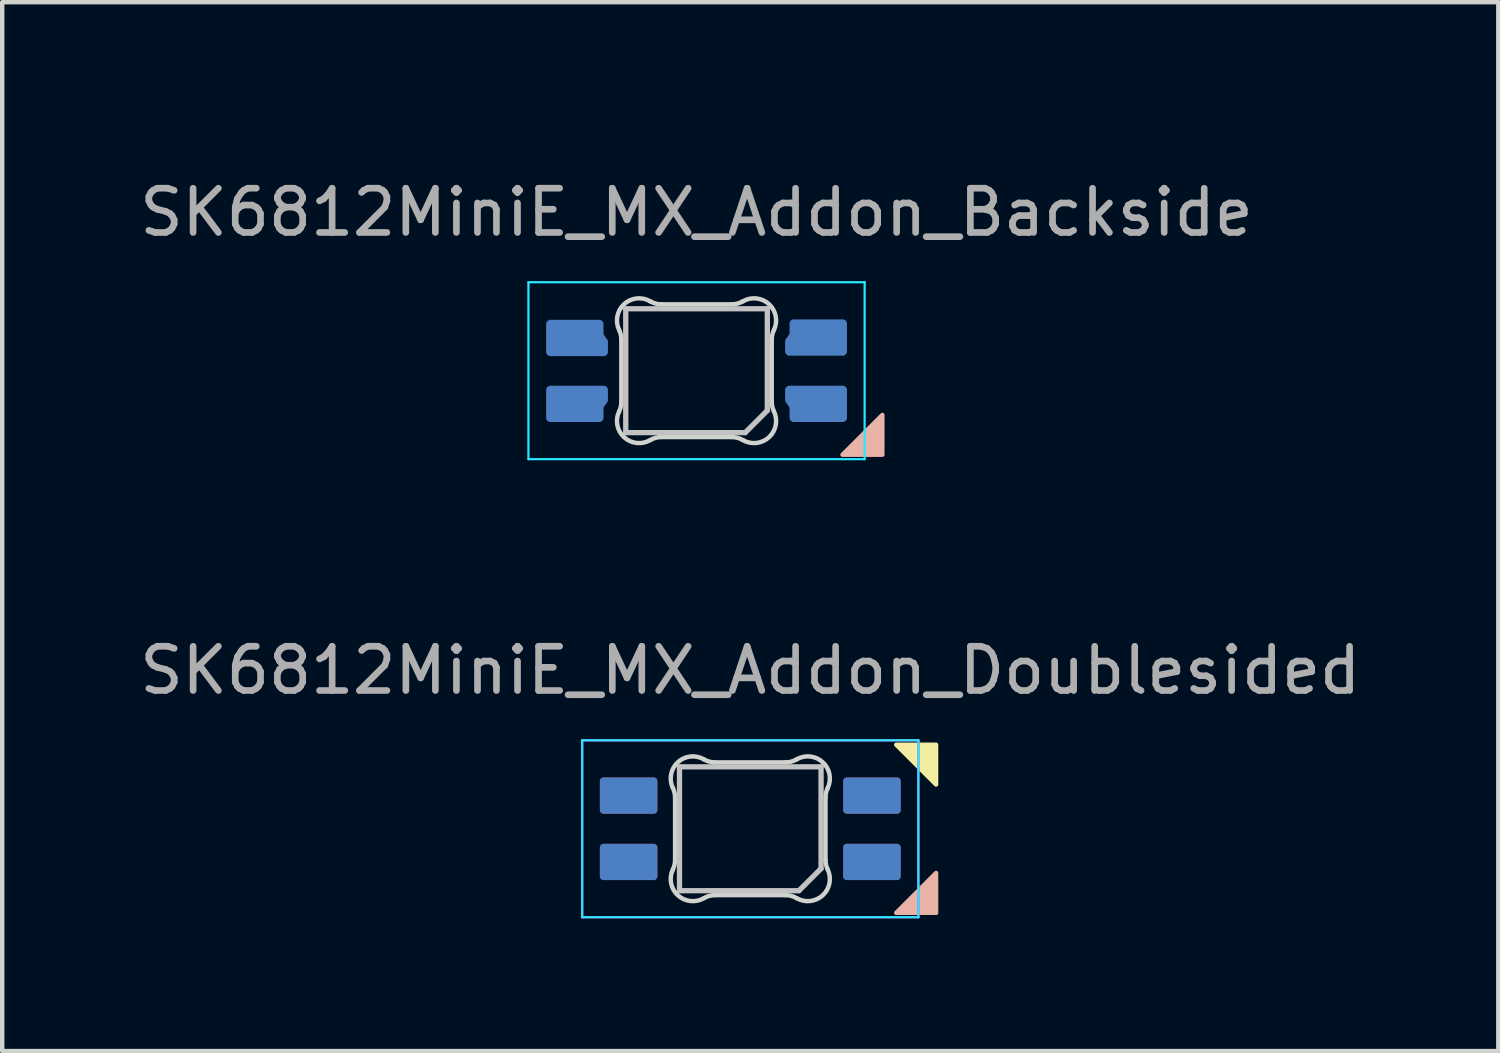
<source format=kicad_pcb>
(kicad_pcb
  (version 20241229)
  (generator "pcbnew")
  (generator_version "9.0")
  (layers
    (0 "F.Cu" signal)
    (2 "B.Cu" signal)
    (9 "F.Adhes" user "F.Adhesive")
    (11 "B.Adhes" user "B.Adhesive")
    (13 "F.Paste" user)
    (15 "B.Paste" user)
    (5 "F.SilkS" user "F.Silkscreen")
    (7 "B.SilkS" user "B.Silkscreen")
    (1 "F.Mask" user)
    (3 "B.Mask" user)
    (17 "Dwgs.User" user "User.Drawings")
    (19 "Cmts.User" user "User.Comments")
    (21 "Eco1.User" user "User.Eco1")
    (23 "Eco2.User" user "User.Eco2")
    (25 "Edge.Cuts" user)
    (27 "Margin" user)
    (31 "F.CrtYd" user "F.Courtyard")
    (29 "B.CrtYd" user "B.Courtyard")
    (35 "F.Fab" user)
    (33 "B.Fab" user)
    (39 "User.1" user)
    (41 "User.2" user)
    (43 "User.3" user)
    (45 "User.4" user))
  (footprint "SK6812MiniE_MX_Addon_Doublesided"
    (layer "F.Cu")
    (at 13.911 10.605)
    (property "Reference" "SK6812MiniE_MX_Addon_Doublesided" (at 0 1.5 0) (layer "F.Fab") (effects (font (size 1 1) (thickness 0.15))))
    (attr smd)
    (fp_poly (pts (xy 4.2 4.08) (xy 3.3 3.18) (xy 4.2 3.18)) (stroke (width 0.1) (type solid)) (fill yes) (layer "F.SilkS"))
    (fp_poly (pts (xy 4.2 6.08) (xy 3.3 6.98) (xy 4.2 6.98)) (stroke (width 0.1) (type solid)) (fill yes) (layer "B.SilkS"))
    (fp_line (start -1.6 3.68) (end -1.6 6.48) (stroke (width 0.12) (type solid)) (layer "Dwgs.User"))
    (fp_line (start -1.6 6.48) (end 1.1 6.48) (stroke (width 0.12) (type solid)) (layer "Dwgs.User"))
    (fp_line (start 1.6 3.68) (end -1.6 3.68) (stroke (width 0.12) (type solid)) (layer "Dwgs.User"))
    (fp_line (start 1.6 5.98) (end 1.1 6.48) (stroke (width 0.12) (type solid)) (layer "Dwgs.User"))
    (fp_line (start 1.6 5.98) (end 1.6 3.68) (stroke (width 0.12) (type solid)) (layer "Dwgs.User"))
    (fp_line (start -1.7 5.783) (end -1.7 4.377) (stroke (width 0.1) (type solid)) (layer "Edge.Cuts"))
    (fp_line (start -0.794 3.58) (end 0.794 3.58) (stroke (width 0.1) (type solid)) (layer "Edge.Cuts"))
    (fp_line (start 0.794 6.58) (end -0.794 6.58) (stroke (width 0.1) (type solid)) (layer "Edge.Cuts"))
    (fp_line (start 1.7 4.377) (end 1.7 5.783) (stroke (width 0.1) (type solid)) (layer "Edge.Cuts"))
    (fp_arc (start -1.749484 4.160279) (mid -1.712527 4.265931) (end -1.699999 4.377157) (stroke (width 0.1) (type solid)) (layer "Edge.Cuts"))
    (fp_arc (start -1.749484 4.160279) (mid -1.638071 3.575964) (end -1.046711 3.5117) (stroke (width 0.1) (type solid)) (layer "Edge.Cuts"))
    (fp_arc (start -1.699999 5.782842) (mid -1.712527 5.894067) (end -1.749484 5.999719) (stroke (width 0.1) (type solid)) (layer "Edge.Cuts"))
    (fp_arc (start -1.046711 6.648296) (mid -1.63807 6.584033) (end -1.749484 5.999719) (stroke (width 0.1) (type solid)) (layer "Edge.Cuts"))
    (fp_arc (start -1.04671 6.648298) (mid -0.925122 6.597376) (end -0.794452 6.579999) (stroke (width 0.1) (type solid)) (layer "Edge.Cuts"))
    (fp_arc (start -0.794453 3.579999) (mid -0.925123 3.562622) (end -1.046711 3.5117) (stroke (width 0.1) (type solid)) (layer "Edge.Cuts"))
    (fp_arc (start 0.794452 6.579999) (mid 0.925123 6.597376) (end 1.046711 6.648298) (stroke (width 0.1) (type solid)) (layer "Edge.Cuts"))
    (fp_arc (start 1.046711 3.511701) (mid 0.925123 3.562623) (end 0.794453 3.58) (stroke (width 0.1) (type solid)) (layer "Edge.Cuts"))
    (fp_arc (start 1.046711 3.511701) (mid 1.638071 3.575965) (end 1.749484 4.160279) (stroke (width 0.1) (type solid)) (layer "Edge.Cuts"))
    (fp_arc (start 1.699999 4.377156) (mid 1.712527 4.265931) (end 1.749484 4.160279) (stroke (width 0.1) (type solid)) (layer "Edge.Cuts"))
    (fp_arc (start 1.749484 5.999718) (mid 1.638072 6.584034) (end 1.046711 6.648298) (stroke (width 0.1) (type solid)) (layer "Edge.Cuts"))
    (fp_arc (start 1.749484 5.999719) (mid 1.712527 5.894067) (end 1.699999 5.782841) (stroke (width 0.1) (type solid)) (layer "Edge.Cuts"))
    (fp_line (start -3.8 3.08) (end -3.8 7.08) (stroke (width 0.05) (type solid)) (layer "B.CrtYd"))
    (fp_line (start -3.8 7.08) (end 3.8 7.08) (stroke (width 0.05) (type solid)) (layer "B.CrtYd"))
    (fp_line (start 3.8 3.08) (end -3.8 3.08) (stroke (width 0.05) (type solid)) (layer "B.CrtYd"))
    (fp_line (start 3.8 7.08) (end 3.8 3.08) (stroke (width 0.05) (type solid)) (layer "B.CrtYd"))
    (fp_line (start -3.8 3.08) (end 3.8 3.08) (stroke (width 0.05) (type solid)) (layer "F.CrtYd"))
    (fp_line (start -3.8 7.08) (end -3.8 3.08) (stroke (width 0.05) (type solid)) (layer "F.CrtYd"))
    (fp_line (start 3.8 3.08) (end 3.8 7.08) (stroke (width 0.05) (type solid)) (layer "F.CrtYd"))
    (fp_line (start 3.8 7.08) (end -3.8 7.08) (stroke (width 0.05) (type solid)) (layer "F.CrtYd"))
    (pad "1" smd roundrect (at -2.75 4.33) (size 1.3 0.82) (layers "B.Cu" "B.Mask" "B.Paste") (roundrect_rratio 0.1))
    (pad "1" smd roundrect (at -2.75 5.83 180) (size 1.3 0.82) (layers "F.Cu" "F.Mask" "F.Paste") (roundrect_rratio 0.1))
    (pad "2" smd roundrect (at -2.75 4.33 180) (size 1.3 0.82) (layers "F.Cu" "F.Mask" "F.Paste") (roundrect_rratio 0.1))
    (pad "2" smd roundrect (at -2.75 5.83) (size 1.3 0.82) (layers "B.Cu" "B.Mask" "B.Paste") (roundrect_rratio 0.1))
    (pad "3" smd roundrect (at 2.75 4.33 180) (size 1.3 0.82) (layers "F.Cu" "F.Mask" "F.Paste") (roundrect_rratio 0.1))
    (pad "3" smd roundrect (at 2.75 5.83) (size 1.3 0.82) (layers "B.Cu" "B.Mask" "B.Paste") (roundrect_rratio 0.1))
    (pad "4" smd roundrect (at 2.75 4.33) (size 1.3 0.82) (layers "B.Cu" "B.Mask" "B.Paste") (roundrect_rratio 0.1))
    (pad "4" smd roundrect (at 2.75 5.83 180) (size 1.3 0.82) (layers "F.Cu" "F.Mask" "F.Paste") (roundrect_rratio 0.1)))
  (footprint "SK6812MiniE_MX_Addon_Backside"
    (layer "F.Cu")
    (at 12.696 0.25)
    (property "Reference" "SK6812MiniE_MX_Addon_Backside" (at 0 1.5 0) (layer "F.Fab") (effects (font (size 1 1) (thickness 0.15))))
    (attr smd)
    (fp_poly (pts (xy 4.2 6.08) (xy 3.3 6.98) (xy 4.2 6.98)) (stroke (width 0.1) (type solid)) (fill yes) (layer "B.SilkS"))
    (fp_line (start -1.6 3.68) (end -1.6 6.48) (stroke (width 0.12) (type solid)) (layer "Dwgs.User"))
    (fp_line (start -1.6 6.48) (end 1.1 6.48) (stroke (width 0.12) (type solid)) (layer "Dwgs.User"))
    (fp_line (start 1.6 3.68) (end -1.6 3.68) (stroke (width 0.12) (type solid)) (layer "Dwgs.User"))
    (fp_line (start 1.6 5.98) (end 1.1 6.48) (stroke (width 0.12) (type solid)) (layer "Dwgs.User"))
    (fp_line (start 1.6 5.98) (end 1.6 3.68) (stroke (width 0.12) (type solid)) (layer "Dwgs.User"))
    (fp_line (start -1.7 5.783) (end -1.7 4.377) (stroke (width 0.1) (type solid)) (layer "Edge.Cuts"))
    (fp_line (start -0.794 3.58) (end 0.794 3.58) (stroke (width 0.1) (type solid)) (layer "Edge.Cuts"))
    (fp_line (start 0.794 6.58) (end -0.794 6.58) (stroke (width 0.1) (type solid)) (layer "Edge.Cuts"))
    (fp_line (start 1.7 4.377) (end 1.7 5.783) (stroke (width 0.1) (type solid)) (layer "Edge.Cuts"))
    (fp_arc (start -1.749484 4.160279) (mid -1.712527 4.265931) (end -1.699999 4.377157) (stroke (width 0.1) (type solid)) (layer "Edge.Cuts"))
    (fp_arc (start -1.749484 4.160279) (mid -1.638071 3.575964) (end -1.046711 3.5117) (stroke (width 0.1) (type solid)) (layer "Edge.Cuts"))
    (fp_arc (start -1.699999 5.782842) (mid -1.712527 5.894067) (end -1.749484 5.999719) (stroke (width 0.1) (type solid)) (layer "Edge.Cuts"))
    (fp_arc (start -1.046711 6.648296) (mid -1.63807 6.584033) (end -1.749484 5.999719) (stroke (width 0.1) (type solid)) (layer "Edge.Cuts"))
    (fp_arc (start -1.04671 6.648298) (mid -0.925122 6.597376) (end -0.794452 6.579999) (stroke (width 0.1) (type solid)) (layer "Edge.Cuts"))
    (fp_arc (start -0.794453 3.579999) (mid -0.925123 3.562622) (end -1.046711 3.5117) (stroke (width 0.1) (type solid)) (layer "Edge.Cuts"))
    (fp_arc (start 0.794452 6.579999) (mid 0.925123 6.597376) (end 1.046711 6.648298) (stroke (width 0.1) (type solid)) (layer "Edge.Cuts"))
    (fp_arc (start 1.046711 3.511701) (mid 0.925123 3.562623) (end 0.794453 3.58) (stroke (width 0.1) (type solid)) (layer "Edge.Cuts"))
    (fp_arc (start 1.046711 3.511701) (mid 1.638071 3.575965) (end 1.749484 4.160279) (stroke (width 0.1) (type solid)) (layer "Edge.Cuts"))
    (fp_arc (start 1.699999 4.377156) (mid 1.712527 4.265931) (end 1.749484 4.160279) (stroke (width 0.1) (type solid)) (layer "Edge.Cuts"))
    (fp_arc (start 1.749484 5.999718) (mid 1.638072 6.584034) (end 1.046711 6.648298) (stroke (width 0.1) (type solid)) (layer "Edge.Cuts"))
    (fp_arc (start 1.749484 5.999719) (mid 1.712527 5.894067) (end 1.699999 5.782841) (stroke (width 0.1) (type solid)) (layer "Edge.Cuts"))
    (fp_line (start -3.8 3.08) (end -3.8 7.08) (stroke (width 0.05) (type solid)) (layer "B.CrtYd"))
    (fp_line (start -3.8 7.08) (end 3.8 7.08) (stroke (width 0.05) (type solid)) (layer "B.CrtYd"))
    (fp_line (start 3.8 3.08) (end -3.8 3.08) (stroke (width 0.05) (type solid)) (layer "B.CrtYd"))
    (fp_line (start 3.8 7.08) (end 3.8 3.08) (stroke (width 0.05) (type solid)) (layer "B.CrtYd"))
    (pad "1" smd custom (at -2.67 4.39 270) (size 0.1 0.1) (layers "B.Cu" "B.Mask" "B.Paste") (options (anchor rect)) (primitives (gr_poly (pts (xy -0.433 -0.54) (xy -0.387 -0.567) (xy -0.36 -0.567) (xy -0.14 -0.567) (xy 0.3 -0.587) (xy 0.28 0.653) (xy -0.46 0.643) (xy -0.46 -0.467) (xy -0.46 -0.494)) (width 0) (fill yes)) (gr_poly (pts (xy 0.26 -0.59) (xy 0.36 -0.59) (xy 0.36 0.657) (xy 0.333 0.703) (xy 0.287 0.73) (xy 0.26 0.73)) (width 0) (fill yes)) (gr_poly (pts (xy 0.287 -0.667) (xy 0.333 -0.64) (xy 0.36 -0.594) (xy 0.36 -0.567) (xy 0.26 -0.567) (xy 0.26 -0.667)) (width 0) (fill yes)) (gr_poly (pts (xy -0.009 -0.655) (xy 0.01 -0.663) (xy 0.031 -0.667) (xy 0.041 -0.667) (xy 0.279 -0.667) (xy 0.279 -0.567) (xy -0.121 -0.507) (xy -0.105 -0.586) (xy -0.017 -0.649)) (width 0) (fill yes)) (gr_poly (pts (xy -0.111 -0.487) (xy -0.105 -0.586) (xy -0.113 -0.58) (xy -0.132 -0.571) (xy -0.153 -0.567) (xy -0.163 -0.567)) (width 0) (fill yes)) (gr_poly (pts (xy -0.46 0.63) (xy 0.27 0.63) (xy 0.27 0.73) (xy -0.387 0.73) (xy -0.433 0.703) (xy -0.46 0.657)) (width 0) (fill yes))))
    (pad "2" smd custom (at -2.67 5.78 90) (size 0.1 0.1) (layers "B.Cu" "B.Mask" "B.Paste") (options (anchor rect)) (primitives (gr_poly (pts (xy -0.433 0.54) (xy -0.387 0.567) (xy -0.36 0.567) (xy -0.14 0.567) (xy 0.3 0.587) (xy 0.28 -0.653) (xy -0.46 -0.643) (xy -0.46 0.467) (xy -0.46 0.494)) (width 0) (fill yes)) (gr_poly (pts (xy 0.26 0.59) (xy 0.36 0.59) (xy 0.36 -0.657) (xy 0.333 -0.703) (xy 0.287 -0.73) (xy 0.26 -0.73)) (width 0) (fill yes)) (gr_poly (pts (xy 0.287 0.667) (xy 0.333 0.64) (xy 0.36 0.594) (xy 0.36 0.567) (xy 0.26 0.567) (xy 0.26 0.667)) (width 0) (fill yes)) (gr_poly (pts (xy -0.009 0.655) (xy 0.01 0.663) (xy 0.031 0.667) (xy 0.041 0.667) (xy 0.279 0.667) (xy 0.279 0.567) (xy -0.121 0.507) (xy -0.105 0.586) (xy -0.017 0.649)) (width 0) (fill yes)) (gr_poly (pts (xy -0.111 0.487) (xy -0.105 0.586) (xy -0.113 0.58) (xy -0.132 0.571) (xy -0.153 0.567) (xy -0.163 0.567)) (width 0) (fill yes)) (gr_poly (pts (xy -0.46 -0.63) (xy 0.27 -0.63) (xy 0.27 -0.73) (xy -0.387 -0.73) (xy -0.433 -0.703) (xy -0.46 -0.657)) (width 0) (fill yes))))
    (pad "3" smd custom (at 2.67 5.78 270) (size 0.1 0.1) (layers "B.Cu" "B.Mask" "B.Paste") (options (anchor rect)) (primitives (gr_poly (pts (xy 0.433 0.54) (xy 0.387 0.567) (xy 0.36 0.567) (xy 0.14 0.567) (xy -0.3 0.587) (xy -0.28 -0.653) (xy 0.46 -0.643) (xy 0.46 0.467) (xy 0.46 0.494)) (width 0) (fill yes)) (gr_poly (pts (xy -0.26 0.59) (xy -0.36 0.59) (xy -0.36 -0.657) (xy -0.333 -0.703) (xy -0.287 -0.73) (xy -0.26 -0.73)) (width 0) (fill yes)) (gr_poly (pts (xy -0.287 0.667) (xy -0.333 0.64) (xy -0.36 0.594) (xy -0.36 0.567) (xy -0.26 0.567) (xy -0.26 0.667)) (width 0) (fill yes)) (gr_poly (pts (xy 0.009 0.655) (xy -0.01 0.663) (xy -0.031 0.667) (xy -0.041 0.667) (xy -0.279 0.667) (xy -0.279 0.567) (xy 0.121 0.507) (xy 0.105 0.586) (xy 0.017 0.649)) (width 0) (fill yes)) (gr_poly (pts (xy 0.111 0.487) (xy 0.105 0.586) (xy 0.113 0.58) (xy 0.132 0.571) (xy 0.153 0.567) (xy 0.163 0.567)) (width 0) (fill yes)) (gr_poly (pts (xy 0.46 -0.63) (xy -0.27 -0.63) (xy -0.27 -0.73) (xy 0.387 -0.73) (xy 0.433 -0.703) (xy 0.46 -0.657)) (width 0) (fill yes))))
    (pad "4" smd custom (at 2.67 4.38 90) (size 0.1 0.1) (layers "B.Cu" "B.Mask" "B.Paste") (options (anchor rect)) (primitives (gr_poly (pts (xy 0.433 -0.54) (xy 0.387 -0.567) (xy 0.36 -0.567) (xy 0.14 -0.567) (xy -0.3 -0.587) (xy -0.28 0.653) (xy 0.46 0.643) (xy 0.46 -0.467) (xy 0.46 -0.494)) (width 0) (fill yes)) (gr_poly (pts (xy -0.26 -0.59) (xy -0.36 -0.59) (xy -0.36 0.657) (xy -0.333 0.703) (xy -0.287 0.73) (xy -0.26 0.73)) (width 0) (fill yes)) (gr_poly (pts (xy -0.287 -0.667) (xy -0.333 -0.64) (xy -0.36 -0.594) (xy -0.36 -0.567) (xy -0.26 -0.567) (xy -0.26 -0.667)) (width 0) (fill yes)) (gr_poly (pts (xy 0.009 -0.655) (xy -0.01 -0.663) (xy -0.031 -0.667) (xy -0.041 -0.667) (xy -0.279 -0.667) (xy -0.279 -0.567) (xy 0.121 -0.507) (xy 0.105 -0.586) (xy 0.017 -0.649)) (width 0) (fill yes)) (gr_poly (pts (xy 0.111 -0.487) (xy 0.105 -0.586) (xy 0.113 -0.58) (xy 0.132 -0.571) (xy 0.153 -0.567) (xy 0.163 -0.567)) (width 0) (fill yes)) (gr_poly (pts (xy 0.46 0.63) (xy -0.27 0.63) (xy -0.27 0.73) (xy 0.387 0.73) (xy 0.433 0.703) (xy 0.46 0.657)) (width 0) (fill yes)))))
  (gr_rect
    (start -3 -3)
    (end 30.821 20.71)
    (stroke (width 0.1) (type default))
    (fill no)
    (layer "Edge.Cuts")))
</source>
